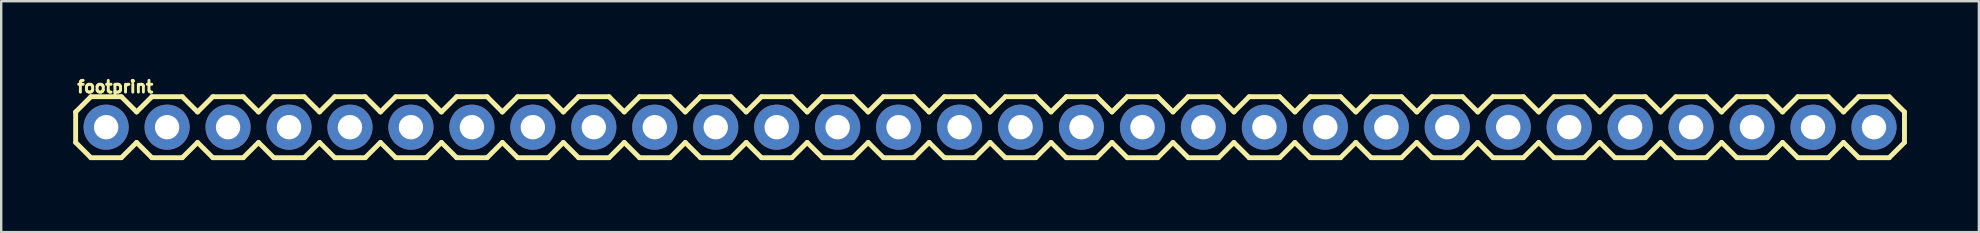
<source format=kicad_pcb>
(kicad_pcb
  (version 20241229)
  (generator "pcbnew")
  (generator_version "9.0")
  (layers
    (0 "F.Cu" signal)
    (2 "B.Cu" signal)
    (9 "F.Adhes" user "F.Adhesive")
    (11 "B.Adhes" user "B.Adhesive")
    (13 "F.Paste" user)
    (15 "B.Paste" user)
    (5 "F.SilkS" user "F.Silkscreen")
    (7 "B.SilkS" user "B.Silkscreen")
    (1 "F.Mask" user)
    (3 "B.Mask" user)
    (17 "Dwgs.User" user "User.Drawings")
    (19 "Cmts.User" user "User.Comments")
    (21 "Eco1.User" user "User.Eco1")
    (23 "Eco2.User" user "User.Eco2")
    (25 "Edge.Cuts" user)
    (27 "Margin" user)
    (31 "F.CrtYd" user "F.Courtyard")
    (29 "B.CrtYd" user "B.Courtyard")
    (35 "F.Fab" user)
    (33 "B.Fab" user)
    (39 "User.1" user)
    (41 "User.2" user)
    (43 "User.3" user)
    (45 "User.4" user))
  (footprint "footprint"
    (layer "F.Cu")
    (at 1.372 2.25)
    (property "Reference" "footprint" (at -1.27 -1.397 0) (layer "F.SilkS") (effects (font (size 0.488 0.488) (thickness 0.122)) (justify left bottom)))
    (fp_line (start -1.27 -0.635) (end -1.27 0.635) (stroke (width 0.203) (type solid)) (layer "F.SilkS"))
    (fp_line (start -1.27 0.635) (end -0.635 1.27) (stroke (width 0.203) (type solid)) (layer "F.SilkS"))
    (fp_line (start -0.635 -1.27) (end -1.27 -0.635) (stroke (width 0.203) (type solid)) (layer "F.SilkS"))
    (fp_line (start -0.635 -1.27) (end 0.635 -1.27) (stroke (width 0.203) (type solid)) (layer "F.SilkS"))
    (fp_line (start 0.635 -1.27) (end 1.27 -0.635) (stroke (width 0.203) (type solid)) (layer "F.SilkS"))
    (fp_line (start 0.635 1.27) (end -0.635 1.27) (stroke (width 0.203) (type solid)) (layer "F.SilkS"))
    (fp_line (start 1.27 -0.635) (end 1.905 -1.27) (stroke (width 0.203) (type solid)) (layer "F.SilkS"))
    (fp_line (start 1.27 0.635) (end 0.635 1.27) (stroke (width 0.203) (type solid)) (layer "F.SilkS"))
    (fp_line (start 1.905 -1.27) (end 3.175 -1.27) (stroke (width 0.203) (type solid)) (layer "F.SilkS"))
    (fp_line (start 1.905 1.27) (end 1.27 0.635) (stroke (width 0.203) (type solid)) (layer "F.SilkS"))
    (fp_line (start 3.175 -1.27) (end 3.81 -0.635) (stroke (width 0.203) (type solid)) (layer "F.SilkS"))
    (fp_line (start 3.175 1.27) (end 1.905 1.27) (stroke (width 0.203) (type solid)) (layer "F.SilkS"))
    (fp_line (start 3.81 -0.635) (end 4.445 -1.27) (stroke (width 0.203) (type solid)) (layer "F.SilkS"))
    (fp_line (start 3.81 0.635) (end 3.175 1.27) (stroke (width 0.203) (type solid)) (layer "F.SilkS"))
    (fp_line (start 4.445 -1.27) (end 5.715 -1.27) (stroke (width 0.203) (type solid)) (layer "F.SilkS"))
    (fp_line (start 4.445 1.27) (end 3.81 0.635) (stroke (width 0.203) (type solid)) (layer "F.SilkS"))
    (fp_line (start 5.715 -1.27) (end 6.35 -0.635) (stroke (width 0.203) (type solid)) (layer "F.SilkS"))
    (fp_line (start 5.715 1.27) (end 4.445 1.27) (stroke (width 0.203) (type solid)) (layer "F.SilkS"))
    (fp_line (start 6.35 0.635) (end 5.715 1.27) (stroke (width 0.203) (type solid)) (layer "F.SilkS"))
    (fp_line (start 6.35 0.635) (end 6.985 1.27) (stroke (width 0.203) (type solid)) (layer "F.SilkS"))
    (fp_line (start 6.985 -1.27) (end 6.35 -0.635) (stroke (width 0.203) (type solid)) (layer "F.SilkS"))
    (fp_line (start 6.985 -1.27) (end 8.255 -1.27) (stroke (width 0.203) (type solid)) (layer "F.SilkS"))
    (fp_line (start 8.255 -1.27) (end 8.89 -0.635) (stroke (width 0.203) (type solid)) (layer "F.SilkS"))
    (fp_line (start 8.255 1.27) (end 6.985 1.27) (stroke (width 0.203) (type solid)) (layer "F.SilkS"))
    (fp_line (start 8.89 -0.635) (end 9.525 -1.27) (stroke (width 0.203) (type solid)) (layer "F.SilkS"))
    (fp_line (start 8.89 0.635) (end 8.255 1.27) (stroke (width 0.203) (type solid)) (layer "F.SilkS"))
    (fp_line (start 9.525 -1.27) (end 10.795 -1.27) (stroke (width 0.203) (type solid)) (layer "F.SilkS"))
    (fp_line (start 9.525 1.27) (end 8.89 0.635) (stroke (width 0.203) (type solid)) (layer "F.SilkS"))
    (fp_line (start 10.795 -1.27) (end 11.43 -0.635) (stroke (width 0.203) (type solid)) (layer "F.SilkS"))
    (fp_line (start 10.795 1.27) (end 9.525 1.27) (stroke (width 0.203) (type solid)) (layer "F.SilkS"))
    (fp_line (start 11.43 -0.635) (end 12.065 -1.27) (stroke (width 0.203) (type solid)) (layer "F.SilkS"))
    (fp_line (start 11.43 0.635) (end 10.795 1.27) (stroke (width 0.203) (type solid)) (layer "F.SilkS"))
    (fp_line (start 12.065 -1.27) (end 13.335 -1.27) (stroke (width 0.203) (type solid)) (layer "F.SilkS"))
    (fp_line (start 12.065 1.27) (end 11.43 0.635) (stroke (width 0.203) (type solid)) (layer "F.SilkS"))
    (fp_line (start 13.335 -1.27) (end 13.97 -0.635) (stroke (width 0.203) (type solid)) (layer "F.SilkS"))
    (fp_line (start 13.335 1.27) (end 12.065 1.27) (stroke (width 0.203) (type solid)) (layer "F.SilkS"))
    (fp_line (start 13.97 0.635) (end 13.335 1.27) (stroke (width 0.203) (type solid)) (layer "F.SilkS"))
    (fp_line (start 13.97 0.635) (end 14.605 1.27) (stroke (width 0.203) (type solid)) (layer "F.SilkS"))
    (fp_line (start 14.605 -1.27) (end 13.97 -0.635) (stroke (width 0.203) (type solid)) (layer "F.SilkS"))
    (fp_line (start 14.605 -1.27) (end 15.875 -1.27) (stroke (width 0.203) (type solid)) (layer "F.SilkS"))
    (fp_line (start 15.875 -1.27) (end 16.51 -0.635) (stroke (width 0.203) (type solid)) (layer "F.SilkS"))
    (fp_line (start 15.875 1.27) (end 14.605 1.27) (stroke (width 0.203) (type solid)) (layer "F.SilkS"))
    (fp_line (start 16.51 0.635) (end 15.875 1.27) (stroke (width 0.203) (type solid)) (layer "F.SilkS"))
    (fp_line (start 16.51 0.635) (end 17.145 1.27) (stroke (width 0.203) (type solid)) (layer "F.SilkS"))
    (fp_line (start 17.145 -1.27) (end 16.51 -0.635) (stroke (width 0.203) (type solid)) (layer "F.SilkS"))
    (fp_line (start 17.145 -1.27) (end 18.415 -1.27) (stroke (width 0.203) (type solid)) (layer "F.SilkS"))
    (fp_line (start 18.415 -1.27) (end 19.05 -0.635) (stroke (width 0.203) (type solid)) (layer "F.SilkS"))
    (fp_line (start 18.415 1.27) (end 17.145 1.27) (stroke (width 0.203) (type solid)) (layer "F.SilkS"))
    (fp_line (start 19.05 -0.635) (end 19.685 -1.27) (stroke (width 0.203) (type solid)) (layer "F.SilkS"))
    (fp_line (start 19.05 0.635) (end 18.415 1.27) (stroke (width 0.203) (type solid)) (layer "F.SilkS"))
    (fp_line (start 19.685 -1.27) (end 20.955 -1.27) (stroke (width 0.203) (type solid)) (layer "F.SilkS"))
    (fp_line (start 19.685 1.27) (end 19.05 0.635) (stroke (width 0.203) (type solid)) (layer "F.SilkS"))
    (fp_line (start 20.955 -1.27) (end 21.59 -0.635) (stroke (width 0.203) (type solid)) (layer "F.SilkS"))
    (fp_line (start 20.955 1.27) (end 19.685 1.27) (stroke (width 0.203) (type solid)) (layer "F.SilkS"))
    (fp_line (start 21.59 -0.635) (end 22.225 -1.27) (stroke (width 0.203) (type solid)) (layer "F.SilkS"))
    (fp_line (start 21.59 0.635) (end 20.955 1.27) (stroke (width 0.203) (type solid)) (layer "F.SilkS"))
    (fp_line (start 22.225 -1.27) (end 23.495 -1.27) (stroke (width 0.203) (type solid)) (layer "F.SilkS"))
    (fp_line (start 22.225 1.27) (end 21.59 0.635) (stroke (width 0.203) (type solid)) (layer "F.SilkS"))
    (fp_line (start 23.495 -1.27) (end 24.13 -0.635) (stroke (width 0.203) (type solid)) (layer "F.SilkS"))
    (fp_line (start 23.495 1.27) (end 22.225 1.27) (stroke (width 0.203) (type solid)) (layer "F.SilkS"))
    (fp_line (start 24.13 0.635) (end 23.495 1.27) (stroke (width 0.203) (type solid)) (layer "F.SilkS"))
    (fp_line (start 24.13 0.635) (end 24.765 1.27) (stroke (width 0.203) (type solid)) (layer "F.SilkS"))
    (fp_line (start 24.765 -1.27) (end 24.13 -0.635) (stroke (width 0.203) (type solid)) (layer "F.SilkS"))
    (fp_line (start 24.765 -1.27) (end 26.035 -1.27) (stroke (width 0.203) (type solid)) (layer "F.SilkS"))
    (fp_line (start 26.035 -1.27) (end 26.67 -0.635) (stroke (width 0.203) (type solid)) (layer "F.SilkS"))
    (fp_line (start 26.035 1.27) (end 24.765 1.27) (stroke (width 0.203) (type solid)) (layer "F.SilkS"))
    (fp_line (start 26.67 -0.635) (end 27.305 -1.27) (stroke (width 0.203) (type solid)) (layer "F.SilkS"))
    (fp_line (start 26.67 0.635) (end 26.035 1.27) (stroke (width 0.203) (type solid)) (layer "F.SilkS"))
    (fp_line (start 27.305 -1.27) (end 28.575 -1.27) (stroke (width 0.203) (type solid)) (layer "F.SilkS"))
    (fp_line (start 27.305 1.27) (end 26.67 0.635) (stroke (width 0.203) (type solid)) (layer "F.SilkS"))
    (fp_line (start 28.575 -1.27) (end 29.21 -0.635) (stroke (width 0.203) (type solid)) (layer "F.SilkS"))
    (fp_line (start 28.575 1.27) (end 27.305 1.27) (stroke (width 0.203) (type solid)) (layer "F.SilkS"))
    (fp_line (start 29.21 -0.635) (end 29.845 -1.27) (stroke (width 0.203) (type solid)) (layer "F.SilkS"))
    (fp_line (start 29.21 0.635) (end 28.575 1.27) (stroke (width 0.203) (type solid)) (layer "F.SilkS"))
    (fp_line (start 29.845 -1.27) (end 31.115 -1.27) (stroke (width 0.203) (type solid)) (layer "F.SilkS"))
    (fp_line (start 29.845 1.27) (end 29.21 0.635) (stroke (width 0.203) (type solid)) (layer "F.SilkS"))
    (fp_line (start 31.115 -1.27) (end 31.75 -0.635) (stroke (width 0.203) (type solid)) (layer "F.SilkS"))
    (fp_line (start 31.115 1.27) (end 29.845 1.27) (stroke (width 0.203) (type solid)) (layer "F.SilkS"))
    (fp_line (start 31.75 0.635) (end 31.115 1.27) (stroke (width 0.203) (type solid)) (layer "F.SilkS"))
    (fp_line (start 31.75 0.635) (end 32.385 1.27) (stroke (width 0.203) (type solid)) (layer "F.SilkS"))
    (fp_line (start 32.385 -1.27) (end 31.75 -0.635) (stroke (width 0.203) (type solid)) (layer "F.SilkS"))
    (fp_line (start 32.385 -1.27) (end 33.655 -1.27) (stroke (width 0.203) (type solid)) (layer "F.SilkS"))
    (fp_line (start 33.655 -1.27) (end 34.29 -0.635) (stroke (width 0.203) (type solid)) (layer "F.SilkS"))
    (fp_line (start 33.655 1.27) (end 32.385 1.27) (stroke (width 0.203) (type solid)) (layer "F.SilkS"))
    (fp_line (start 34.29 0.635) (end 33.655 1.27) (stroke (width 0.203) (type solid)) (layer "F.SilkS"))
    (fp_line (start 34.29 0.635) (end 34.925 1.27) (stroke (width 0.203) (type solid)) (layer "F.SilkS"))
    (fp_line (start 34.925 -1.27) (end 34.29 -0.635) (stroke (width 0.203) (type solid)) (layer "F.SilkS"))
    (fp_line (start 34.925 -1.27) (end 36.195 -1.27) (stroke (width 0.203) (type solid)) (layer "F.SilkS"))
    (fp_line (start 36.195 -1.27) (end 36.83 -0.635) (stroke (width 0.203) (type solid)) (layer "F.SilkS"))
    (fp_line (start 36.195 1.27) (end 34.925 1.27) (stroke (width 0.203) (type solid)) (layer "F.SilkS"))
    (fp_line (start 36.83 0.635) (end 36.195 1.27) (stroke (width 0.203) (type solid)) (layer "F.SilkS"))
    (fp_line (start 36.83 0.635) (end 37.465 1.27) (stroke (width 0.203) (type solid)) (layer "F.SilkS"))
    (fp_line (start 37.465 -1.27) (end 36.83 -0.635) (stroke (width 0.203) (type solid)) (layer "F.SilkS"))
    (fp_line (start 37.465 -1.27) (end 38.735 -1.27) (stroke (width 0.203) (type solid)) (layer "F.SilkS"))
    (fp_line (start 38.735 -1.27) (end 39.37 -0.635) (stroke (width 0.203) (type solid)) (layer "F.SilkS"))
    (fp_line (start 38.735 1.27) (end 37.465 1.27) (stroke (width 0.203) (type solid)) (layer "F.SilkS"))
    (fp_line (start 39.37 0.635) (end 38.735 1.27) (stroke (width 0.203) (type solid)) (layer "F.SilkS"))
    (fp_line (start 39.37 0.635) (end 40.005 1.27) (stroke (width 0.203) (type solid)) (layer "F.SilkS"))
    (fp_line (start 40.005 -1.27) (end 39.37 -0.635) (stroke (width 0.203) (type solid)) (layer "F.SilkS"))
    (fp_line (start 40.005 -1.27) (end 41.275 -1.27) (stroke (width 0.203) (type solid)) (layer "F.SilkS"))
    (fp_line (start 41.275 -1.27) (end 41.91 -0.635) (stroke (width 0.203) (type solid)) (layer "F.SilkS"))
    (fp_line (start 41.275 1.27) (end 40.005 1.27) (stroke (width 0.203) (type solid)) (layer "F.SilkS"))
    (fp_line (start 41.91 0.635) (end 41.275 1.27) (stroke (width 0.203) (type solid)) (layer "F.SilkS"))
    (fp_line (start 41.91 0.635) (end 42.545 1.27) (stroke (width 0.203) (type solid)) (layer "F.SilkS"))
    (fp_line (start 42.545 -1.27) (end 41.91 -0.635) (stroke (width 0.203) (type solid)) (layer "F.SilkS"))
    (fp_line (start 42.545 -1.27) (end 43.815 -1.27) (stroke (width 0.203) (type solid)) (layer "F.SilkS"))
    (fp_line (start 43.815 -1.27) (end 44.45 -0.635) (stroke (width 0.203) (type solid)) (layer "F.SilkS"))
    (fp_line (start 43.815 1.27) (end 42.545 1.27) (stroke (width 0.203) (type solid)) (layer "F.SilkS"))
    (fp_line (start 44.45 0.635) (end 43.815 1.27) (stroke (width 0.203) (type solid)) (layer "F.SilkS"))
    (fp_line (start 44.45 0.635) (end 45.085 1.27) (stroke (width 0.203) (type solid)) (layer "F.SilkS"))
    (fp_line (start 45.085 -1.27) (end 44.45 -0.635) (stroke (width 0.203) (type solid)) (layer "F.SilkS"))
    (fp_line (start 45.085 -1.27) (end 46.355 -1.27) (stroke (width 0.203) (type solid)) (layer "F.SilkS"))
    (fp_line (start 46.355 -1.27) (end 46.99 -0.635) (stroke (width 0.203) (type solid)) (layer "F.SilkS"))
    (fp_line (start 46.355 1.27) (end 45.085 1.27) (stroke (width 0.203) (type solid)) (layer "F.SilkS"))
    (fp_line (start 46.99 0.635) (end 46.355 1.27) (stroke (width 0.203) (type solid)) (layer "F.SilkS"))
    (fp_line (start 46.99 0.635) (end 47.625 1.27) (stroke (width 0.203) (type solid)) (layer "F.SilkS"))
    (fp_line (start 47.625 -1.27) (end 46.99 -0.635) (stroke (width 0.203) (type solid)) (layer "F.SilkS"))
    (fp_line (start 47.625 -1.27) (end 48.895 -1.27) (stroke (width 0.203) (type solid)) (layer "F.SilkS"))
    (fp_line (start 48.895 -1.27) (end 49.53 -0.635) (stroke (width 0.203) (type solid)) (layer "F.SilkS"))
    (fp_line (start 48.895 1.27) (end 47.625 1.27) (stroke (width 0.203) (type solid)) (layer "F.SilkS"))
    (fp_line (start 49.53 0.635) (end 48.895 1.27) (stroke (width 0.203) (type solid)) (layer "F.SilkS"))
    (fp_line (start 49.53 0.635) (end 50.165 1.27) (stroke (width 0.203) (type solid)) (layer "F.SilkS"))
    (fp_line (start 50.165 -1.27) (end 49.53 -0.635) (stroke (width 0.203) (type solid)) (layer "F.SilkS"))
    (fp_line (start 50.165 -1.27) (end 51.435 -1.27) (stroke (width 0.203) (type solid)) (layer "F.SilkS"))
    (fp_line (start 51.435 -1.27) (end 52.07 -0.635) (stroke (width 0.203) (type solid)) (layer "F.SilkS"))
    (fp_line (start 51.435 1.27) (end 50.165 1.27) (stroke (width 0.203) (type solid)) (layer "F.SilkS"))
    (fp_line (start 52.07 0.635) (end 51.435 1.27) (stroke (width 0.203) (type solid)) (layer "F.SilkS"))
    (fp_line (start 52.07 0.635) (end 52.705 1.27) (stroke (width 0.203) (type solid)) (layer "F.SilkS"))
    (fp_line (start 52.705 -1.27) (end 52.07 -0.635) (stroke (width 0.203) (type solid)) (layer "F.SilkS"))
    (fp_line (start 52.705 -1.27) (end 53.975 -1.27) (stroke (width 0.203) (type solid)) (layer "F.SilkS"))
    (fp_line (start 53.975 -1.27) (end 54.61 -0.635) (stroke (width 0.203) (type solid)) (layer "F.SilkS"))
    (fp_line (start 53.975 1.27) (end 52.705 1.27) (stroke (width 0.203) (type solid)) (layer "F.SilkS"))
    (fp_line (start 54.61 0.635) (end 53.975 1.27) (stroke (width 0.203) (type solid)) (layer "F.SilkS"))
    (fp_line (start 54.61 0.635) (end 55.245 1.27) (stroke (width 0.203) (type solid)) (layer "F.SilkS"))
    (fp_line (start 55.245 -1.27) (end 54.61 -0.635) (stroke (width 0.203) (type solid)) (layer "F.SilkS"))
    (fp_line (start 55.245 -1.27) (end 56.515 -1.27) (stroke (width 0.203) (type solid)) (layer "F.SilkS"))
    (fp_line (start 56.515 -1.27) (end 57.15 -0.635) (stroke (width 0.203) (type solid)) (layer "F.SilkS"))
    (fp_line (start 56.515 1.27) (end 55.245 1.27) (stroke (width 0.203) (type solid)) (layer "F.SilkS"))
    (fp_line (start 57.15 -0.635) (end 57.785 -1.27) (stroke (width 0.203) (type solid)) (layer "F.SilkS"))
    (fp_line (start 57.15 0.635) (end 56.515 1.27) (stroke (width 0.203) (type solid)) (layer "F.SilkS"))
    (fp_line (start 57.15 0.635) (end 57.785 1.27) (stroke (width 0.203) (type solid)) (layer "F.SilkS"))
    (fp_line (start 57.785 -1.27) (end 59.055 -1.27) (stroke (width 0.203) (type solid)) (layer "F.SilkS"))
    (fp_line (start 59.055 -1.27) (end 59.69 -0.635) (stroke (width 0.203) (type solid)) (layer "F.SilkS"))
    (fp_line (start 59.055 1.27) (end 57.785 1.27) (stroke (width 0.203) (type solid)) (layer "F.SilkS"))
    (fp_line (start 59.69 0.635) (end 59.055 1.27) (stroke (width 0.203) (type solid)) (layer "F.SilkS"))
    (fp_line (start 59.69 0.635) (end 60.325 1.27) (stroke (width 0.203) (type solid)) (layer "F.SilkS"))
    (fp_line (start 60.325 -1.27) (end 59.69 -0.635) (stroke (width 0.203) (type solid)) (layer "F.SilkS"))
    (fp_line (start 60.325 -1.27) (end 61.595 -1.27) (stroke (width 0.203) (type solid)) (layer "F.SilkS"))
    (fp_line (start 61.595 -1.27) (end 62.23 -0.635) (stroke (width 0.203) (type solid)) (layer "F.SilkS"))
    (fp_line (start 61.595 1.27) (end 60.325 1.27) (stroke (width 0.203) (type solid)) (layer "F.SilkS"))
    (fp_line (start 62.23 -0.635) (end 62.865 -1.27) (stroke (width 0.203) (type solid)) (layer "F.SilkS"))
    (fp_line (start 62.23 0.635) (end 61.595 1.27) (stroke (width 0.203) (type solid)) (layer "F.SilkS"))
    (fp_line (start 62.23 0.635) (end 62.865 1.27) (stroke (width 0.203) (type solid)) (layer "F.SilkS"))
    (fp_line (start 62.865 -1.27) (end 64.135 -1.27) (stroke (width 0.203) (type solid)) (layer "F.SilkS"))
    (fp_line (start 64.135 -1.27) (end 64.77 -0.635) (stroke (width 0.203) (type solid)) (layer "F.SilkS"))
    (fp_line (start 64.135 1.27) (end 62.865 1.27) (stroke (width 0.203) (type solid)) (layer "F.SilkS"))
    (fp_line (start 64.77 0.635) (end 64.135 1.27) (stroke (width 0.203) (type solid)) (layer "F.SilkS"))
    (fp_line (start 64.77 0.635) (end 65.405 1.27) (stroke (width 0.203) (type solid)) (layer "F.SilkS"))
    (fp_line (start 65.405 -1.27) (end 64.77 -0.635) (stroke (width 0.203) (type solid)) (layer "F.SilkS"))
    (fp_line (start 65.405 -1.27) (end 66.675 -1.27) (stroke (width 0.203) (type solid)) (layer "F.SilkS"))
    (fp_line (start 66.675 -1.27) (end 67.31 -0.635) (stroke (width 0.203) (type solid)) (layer "F.SilkS"))
    (fp_line (start 66.675 1.27) (end 65.405 1.27) (stroke (width 0.203) (type solid)) (layer "F.SilkS"))
    (fp_line (start 67.31 -0.635) (end 67.945 -1.27) (stroke (width 0.203) (type solid)) (layer "F.SilkS"))
    (fp_line (start 67.31 0.635) (end 66.675 1.27) (stroke (width 0.203) (type solid)) (layer "F.SilkS"))
    (fp_line (start 67.31 0.635) (end 67.945 1.27) (stroke (width 0.203) (type solid)) (layer "F.SilkS"))
    (fp_line (start 67.945 -1.27) (end 69.215 -1.27) (stroke (width 0.203) (type solid)) (layer "F.SilkS"))
    (fp_line (start 69.215 -1.27) (end 69.85 -0.635) (stroke (width 0.203) (type solid)) (layer "F.SilkS"))
    (fp_line (start 69.215 1.27) (end 67.945 1.27) (stroke (width 0.203) (type solid)) (layer "F.SilkS"))
    (fp_line (start 69.85 0.635) (end 69.215 1.27) (stroke (width 0.203) (type solid)) (layer "F.SilkS"))
    (fp_line (start 69.85 0.635) (end 70.485 1.27) (stroke (width 0.203) (type solid)) (layer "F.SilkS"))
    (fp_line (start 70.485 -1.27) (end 69.85 -0.635) (stroke (width 0.203) (type solid)) (layer "F.SilkS"))
    (fp_line (start 70.485 -1.27) (end 71.755 -1.27) (stroke (width 0.203) (type solid)) (layer "F.SilkS"))
    (fp_line (start 71.755 -1.27) (end 72.39 -0.635) (stroke (width 0.203) (type solid)) (layer "F.SilkS"))
    (fp_line (start 71.755 1.27) (end 70.485 1.27) (stroke (width 0.203) (type solid)) (layer "F.SilkS"))
    (fp_line (start 72.39 0.635) (end 71.755 1.27) (stroke (width 0.203) (type solid)) (layer "F.SilkS"))
    (fp_line (start 72.39 0.635) (end 73.025 1.27) (stroke (width 0.203) (type solid)) (layer "F.SilkS"))
    (fp_line (start 73.025 -1.27) (end 72.39 -0.635) (stroke (width 0.203) (type solid)) (layer "F.SilkS"))
    (fp_line (start 73.025 -1.27) (end 74.295 -1.27) (stroke (width 0.203) (type solid)) (layer "F.SilkS"))
    (fp_line (start 74.295 -1.27) (end 74.93 -0.635) (stroke (width 0.203) (type solid)) (layer "F.SilkS"))
    (fp_line (start 74.295 1.27) (end 73.025 1.27) (stroke (width 0.203) (type solid)) (layer "F.SilkS"))
    (fp_line (start 74.93 -0.635) (end 74.93 0.635) (stroke (width 0.203) (type solid)) (layer "F.SilkS"))
    (fp_line (start 74.93 0.635) (end 74.295 1.27) (stroke (width 0.203) (type solid)) (layer "F.SilkS"))
    (fp_poly (pts (xy -0.254 0.254) (xy 0.254 0.254) (xy 0.254 -0.254) (xy -0.254 -0.254)) (stroke (width 0.1) (type solid)) (fill no) (layer "F.Fab"))
    (fp_poly (pts (xy 2.286 0.254) (xy 2.794 0.254) (xy 2.794 -0.254) (xy 2.286 -0.254)) (stroke (width 0.1) (type solid)) (fill no) (layer "F.Fab"))
    (fp_poly (pts (xy 4.826 0.254) (xy 5.334 0.254) (xy 5.334 -0.254) (xy 4.826 -0.254)) (stroke (width 0.1) (type solid)) (fill no) (layer "F.Fab"))
    (fp_poly (pts (xy 7.366 0.254) (xy 7.874 0.254) (xy 7.874 -0.254) (xy 7.366 -0.254)) (stroke (width 0.1) (type solid)) (fill no) (layer "F.Fab"))
    (fp_poly (pts (xy 9.906 0.254) (xy 10.414 0.254) (xy 10.414 -0.254) (xy 9.906 -0.254)) (stroke (width 0.1) (type solid)) (fill no) (layer "F.Fab"))
    (fp_poly (pts (xy 12.446 0.254) (xy 12.954 0.254) (xy 12.954 -0.254) (xy 12.446 -0.254)) (stroke (width 0.1) (type solid)) (fill no) (layer "F.Fab"))
    (fp_poly (pts (xy 14.986 0.254) (xy 15.494 0.254) (xy 15.494 -0.254) (xy 14.986 -0.254)) (stroke (width 0.1) (type solid)) (fill no) (layer "F.Fab"))
    (fp_poly (pts (xy 17.526 0.254) (xy 18.034 0.254) (xy 18.034 -0.254) (xy 17.526 -0.254)) (stroke (width 0.1) (type solid)) (fill no) (layer "F.Fab"))
    (fp_poly (pts (xy 20.066 0.254) (xy 20.574 0.254) (xy 20.574 -0.254) (xy 20.066 -0.254)) (stroke (width 0.1) (type solid)) (fill no) (layer "F.Fab"))
    (fp_poly (pts (xy 22.606 0.254) (xy 23.114 0.254) (xy 23.114 -0.254) (xy 22.606 -0.254)) (stroke (width 0.1) (type solid)) (fill no) (layer "F.Fab"))
    (fp_poly (pts (xy 25.146 0.254) (xy 25.654 0.254) (xy 25.654 -0.254) (xy 25.146 -0.254)) (stroke (width 0.1) (type solid)) (fill no) (layer "F.Fab"))
    (fp_poly (pts (xy 27.686 0.254) (xy 28.194 0.254) (xy 28.194 -0.254) (xy 27.686 -0.254)) (stroke (width 0.1) (type solid)) (fill no) (layer "F.Fab"))
    (fp_poly (pts (xy 30.226 0.254) (xy 30.734 0.254) (xy 30.734 -0.254) (xy 30.226 -0.254)) (stroke (width 0.1) (type solid)) (fill no) (layer "F.Fab"))
    (fp_poly (pts (xy 32.766 0.254) (xy 33.274 0.254) (xy 33.274 -0.254) (xy 32.766 -0.254)) (stroke (width 0.1) (type solid)) (fill no) (layer "F.Fab"))
    (fp_poly (pts (xy 35.306 0.254) (xy 35.814 0.254) (xy 35.814 -0.254) (xy 35.306 -0.254)) (stroke (width 0.1) (type solid)) (fill no) (layer "F.Fab"))
    (fp_poly (pts (xy 37.846 0.254) (xy 38.354 0.254) (xy 38.354 -0.254) (xy 37.846 -0.254)) (stroke (width 0.1) (type solid)) (fill no) (layer "F.Fab"))
    (fp_poly (pts (xy 40.386 0.254) (xy 40.894 0.254) (xy 40.894 -0.254) (xy 40.386 -0.254)) (stroke (width 0.1) (type solid)) (fill no) (layer "F.Fab"))
    (fp_poly (pts (xy 42.926 0.254) (xy 43.434 0.254) (xy 43.434 -0.254) (xy 42.926 -0.254)) (stroke (width 0.1) (type solid)) (fill no) (layer "F.Fab"))
    (fp_poly (pts (xy 45.466 0.254) (xy 45.974 0.254) (xy 45.974 -0.254) (xy 45.466 -0.254)) (stroke (width 0.1) (type solid)) (fill no) (layer "F.Fab"))
    (fp_poly (pts (xy 48.006 0.254) (xy 48.514 0.254) (xy 48.514 -0.254) (xy 48.006 -0.254)) (stroke (width 0.1) (type solid)) (fill no) (layer "F.Fab"))
    (fp_poly (pts (xy 50.546 0.254) (xy 51.054 0.254) (xy 51.054 -0.254) (xy 50.546 -0.254)) (stroke (width 0.1) (type solid)) (fill no) (layer "F.Fab"))
    (fp_poly (pts (xy 53.086 0.254) (xy 53.594 0.254) (xy 53.594 -0.254) (xy 53.086 -0.254)) (stroke (width 0.1) (type solid)) (fill no) (layer "F.Fab"))
    (fp_poly (pts (xy 55.626 0.254) (xy 56.134 0.254) (xy 56.134 -0.254) (xy 55.626 -0.254)) (stroke (width 0.1) (type solid)) (fill no) (layer "F.Fab"))
    (fp_poly (pts (xy 58.166 0.254) (xy 58.674 0.254) (xy 58.674 -0.254) (xy 58.166 -0.254)) (stroke (width 0.1) (type solid)) (fill no) (layer "F.Fab"))
    (fp_poly (pts (xy 60.706 0.254) (xy 61.214 0.254) (xy 61.214 -0.254) (xy 60.706 -0.254)) (stroke (width 0.1) (type solid)) (fill no) (layer "F.Fab"))
    (fp_poly (pts (xy 63.246 0.254) (xy 63.754 0.254) (xy 63.754 -0.254) (xy 63.246 -0.254)) (stroke (width 0.1) (type solid)) (fill no) (layer "F.Fab"))
    (fp_poly (pts (xy 65.786 0.254) (xy 66.294 0.254) (xy 66.294 -0.254) (xy 65.786 -0.254)) (stroke (width 0.1) (type solid)) (fill no) (layer "F.Fab"))
    (fp_poly (pts (xy 68.326 0.254) (xy 68.834 0.254) (xy 68.834 -0.254) (xy 68.326 -0.254)) (stroke (width 0.1) (type solid)) (fill no) (layer "F.Fab"))
    (fp_poly (pts (xy 70.866 0.254) (xy 71.374 0.254) (xy 71.374 -0.254) (xy 70.866 -0.254)) (stroke (width 0.1) (type solid)) (fill no) (layer "F.Fab"))
    (fp_poly (pts (xy 73.406 0.254) (xy 73.914 0.254) (xy 73.914 -0.254) (xy 73.406 -0.254)) (stroke (width 0.1) (type solid)) (fill no) (layer "F.Fab"))
    (pad "1" thru_hole circle (at 0 0 90) (size 1.88 1.88) (drill 1.016) (layers "*.Cu" "*.Mask"))
    (pad "2" thru_hole circle (at 2.54 0 90) (size 1.88 1.88) (drill 1.016) (layers "*.Cu" "*.Mask"))
    (pad "3" thru_hole circle (at 5.08 0 90) (size 1.88 1.88) (drill 1.016) (layers "*.Cu" "*.Mask"))
    (pad "4" thru_hole circle (at 7.62 0 90) (size 1.88 1.88) (drill 1.016) (layers "*.Cu" "*.Mask"))
    (pad "5" thru_hole circle (at 10.16 0 90) (size 1.88 1.88) (drill 1.016) (layers "*.Cu" "*.Mask"))
    (pad "6" thru_hole circle (at 12.7 0 90) (size 1.88 1.88) (drill 1.016) (layers "*.Cu" "*.Mask"))
    (pad "7" thru_hole circle (at 15.24 0 90) (size 1.88 1.88) (drill 1.016) (layers "*.Cu" "*.Mask"))
    (pad "8" thru_hole circle (at 17.78 0 90) (size 1.88 1.88) (drill 1.016) (layers "*.Cu" "*.Mask"))
    (pad "9" thru_hole circle (at 20.32 0 90) (size 1.88 1.88) (drill 1.016) (layers "*.Cu" "*.Mask"))
    (pad "10" thru_hole circle (at 22.86 0 90) (size 1.88 1.88) (drill 1.016) (layers "*.Cu" "*.Mask"))
    (pad "11" thru_hole circle (at 25.4 0 90) (size 1.88 1.88) (drill 1.016) (layers "*.Cu" "*.Mask"))
    (pad "12" thru_hole circle (at 27.94 0 90) (size 1.88 1.88) (drill 1.016) (layers "*.Cu" "*.Mask"))
    (pad "13" thru_hole circle (at 30.48 0 90) (size 1.88 1.88) (drill 1.016) (layers "*.Cu" "*.Mask"))
    (pad "14" thru_hole circle (at 33.02 0 90) (size 1.88 1.88) (drill 1.016) (layers "*.Cu" "*.Mask"))
    (pad "15" thru_hole circle (at 35.56 0 90) (size 1.88 1.88) (drill 1.016) (layers "*.Cu" "*.Mask"))
    (pad "16" thru_hole circle (at 38.1 0 90) (size 1.88 1.88) (drill 1.016) (layers "*.Cu" "*.Mask"))
    (pad "17" thru_hole circle (at 40.64 0 90) (size 1.88 1.88) (drill 1.016) (layers "*.Cu" "*.Mask"))
    (pad "18" thru_hole circle (at 43.18 0 90) (size 1.88 1.88) (drill 1.016) (layers "*.Cu" "*.Mask"))
    (pad "19" thru_hole circle (at 45.72 0 90) (size 1.88 1.88) (drill 1.016) (layers "*.Cu" "*.Mask"))
    (pad "20" thru_hole circle (at 48.26 0 90) (size 1.88 1.88) (drill 1.016) (layers "*.Cu" "*.Mask"))
    (pad "21" thru_hole circle (at 50.8 0 90) (size 1.88 1.88) (drill 1.016) (layers "*.Cu" "*.Mask"))
    (pad "22" thru_hole circle (at 53.34 0 90) (size 1.88 1.88) (drill 1.016) (layers "*.Cu" "*.Mask"))
    (pad "23" thru_hole circle (at 55.88 0 90) (size 1.88 1.88) (drill 1.016) (layers "*.Cu" "*.Mask"))
    (pad "24" thru_hole circle (at 58.42 0 90) (size 1.88 1.88) (drill 1.016) (layers "*.Cu" "*.Mask"))
    (pad "25" thru_hole circle (at 60.96 0 90) (size 1.88 1.88) (drill 1.016) (layers "*.Cu" "*.Mask"))
    (pad "26" thru_hole circle (at 63.5 0 90) (size 1.88 1.88) (drill 1.016) (layers "*.Cu" "*.Mask"))
    (pad "27" thru_hole circle (at 66.04 0 90) (size 1.88 1.88) (drill 1.016) (layers "*.Cu" "*.Mask"))
    (pad "28" thru_hole circle (at 68.58 0 90) (size 1.88 1.88) (drill 1.016) (layers "*.Cu" "*.Mask"))
    (pad "29" thru_hole circle (at 71.12 0 90) (size 1.88 1.88) (drill 1.016) (layers "*.Cu" "*.Mask"))
    (pad "30" thru_hole circle (at 73.66 0 90) (size 1.88 1.88) (drill 1.016) (layers "*.Cu" "*.Mask")))
  (gr_rect
    (start -3 -3)
    (end 79.403 6.622)
    (stroke (width 0.1) (type default))
    (fill no)
    (layer "Edge.Cuts")))
</source>
